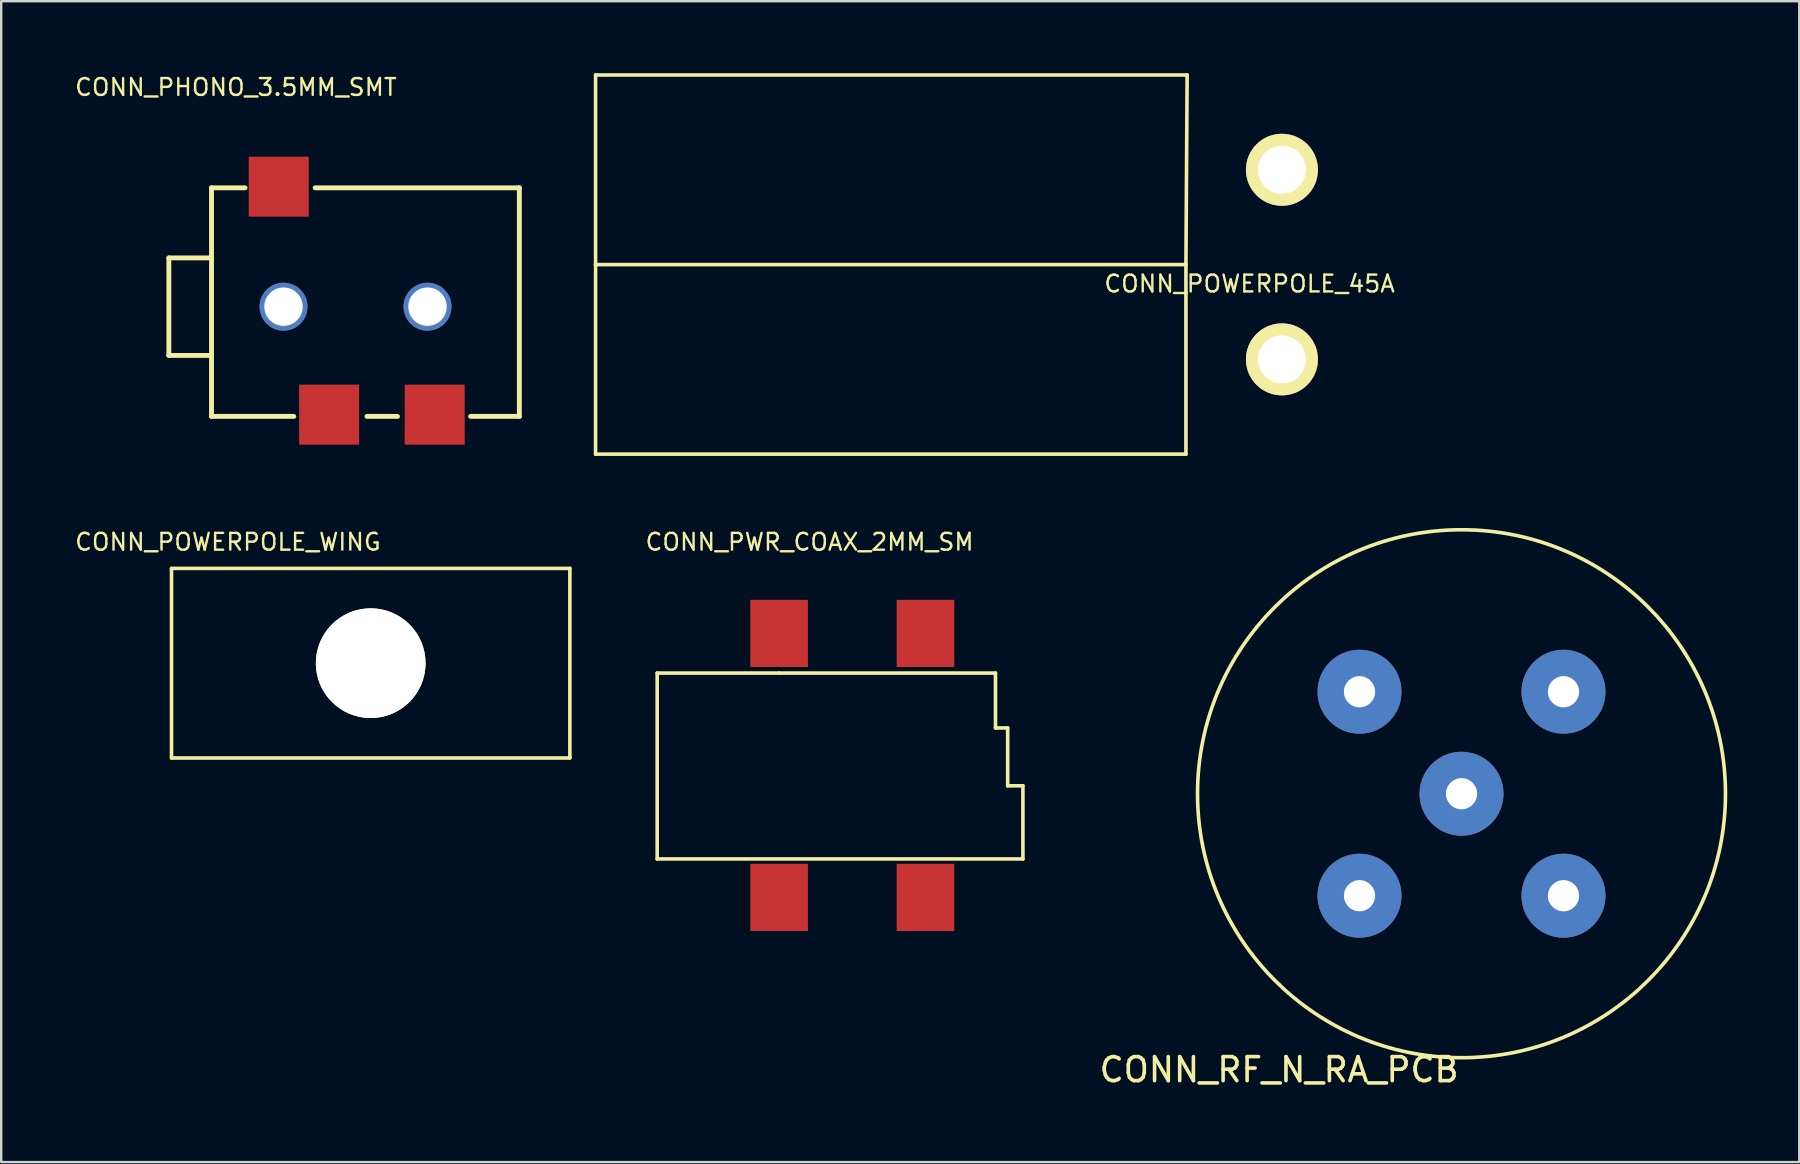
<source format=kicad_pcb>
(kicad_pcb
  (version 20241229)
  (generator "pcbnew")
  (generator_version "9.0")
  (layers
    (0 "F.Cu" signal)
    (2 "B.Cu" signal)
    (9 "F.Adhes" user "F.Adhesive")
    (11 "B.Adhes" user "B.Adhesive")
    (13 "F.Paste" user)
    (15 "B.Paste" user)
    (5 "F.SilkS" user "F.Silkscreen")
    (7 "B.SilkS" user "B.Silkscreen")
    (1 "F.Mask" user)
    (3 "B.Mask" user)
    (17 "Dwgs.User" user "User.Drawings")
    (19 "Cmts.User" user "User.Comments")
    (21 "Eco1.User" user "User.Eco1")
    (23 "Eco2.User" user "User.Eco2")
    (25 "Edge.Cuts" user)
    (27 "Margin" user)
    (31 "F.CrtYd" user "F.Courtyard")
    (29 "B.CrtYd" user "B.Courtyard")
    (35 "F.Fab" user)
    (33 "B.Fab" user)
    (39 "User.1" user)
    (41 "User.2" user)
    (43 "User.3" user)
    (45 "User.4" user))
  (footprint "CONN_PWR_COAX_2MM_SM"
    (layer "F.Cu")
    (at 29.415 23.345)
    (property "Reference" "CONN_PWR_COAX_2MM_SM" (at 1.27 -3.81 0) (layer "F.SilkS") (effects (font (size 0.7 0.7) (thickness 0.1))))
    (attr through_hole)
    (fp_line (start -5.08 1.651) (end -5.08 9.398) (stroke (width 0.15) (type solid)) (layer "F.SilkS"))
    (fp_line (start -5.08 9.398) (end 10.16 9.398) (stroke (width 0.15) (type solid)) (layer "F.SilkS"))
    (fp_line (start 0 1.651) (end -5.08 1.651) (stroke (width 0.15) (type solid)) (layer "F.SilkS"))
    (fp_line (start 9.017 1.651) (end 0 1.651) (stroke (width 0.15) (type solid)) (layer "F.SilkS"))
    (fp_line (start 9.017 3.937) (end 9.017 1.651) (stroke (width 0.15) (type solid)) (layer "F.SilkS"))
    (fp_line (start 9.525 3.937) (end 9.017 3.937) (stroke (width 0.15) (type solid)) (layer "F.SilkS"))
    (fp_line (start 9.525 6.35) (end 9.525 3.937) (stroke (width 0.15) (type solid)) (layer "F.SilkS"))
    (fp_line (start 10.16 6.35) (end 9.525 6.35) (stroke (width 0.15) (type solid)) (layer "F.SilkS"))
    (fp_line (start 10.16 9.398) (end 10.16 6.35) (stroke (width 0.15) (type solid)) (layer "F.SilkS"))
    (pad "1" smd rect (at 0 0) (size 2.4 2.8) (layers "F.Cu" "F.Mask" "F.Paste"))
    (pad "2" smd rect (at 6.1 0) (size 2.4 2.8) (layers "F.Cu" "F.Mask" "F.Paste"))
    (pad "3" smd rect (at 0 11) (size 2.4 2.8) (layers "F.Cu" "F.Mask" "F.Paste"))
    (pad "4" smd rect (at 6.1 11) (size 2.4 2.8) (layers "F.Cu" "F.Mask" "F.Paste")))
  (footprint "CONN_PHONO_3.5MM_SMT"
    (layer "F.Cu")
    (at 5.764 9.729)
    (property "Reference" "CONN_PHONO_3.5MM_SMT" (at 1.016 -9.144 0) (layer "F.SilkS") (effects (font (size 0.7 0.7) (thickness 0.1))))
    (attr through_hole)
    (fp_line (start -1.778 -2.032) (end -1.778 2.032) (stroke (width 0.203) (type solid)) (layer "F.SilkS"))
    (fp_line (start -1.778 2.032) (end 0 2.032) (stroke (width 0.203) (type solid)) (layer "F.SilkS"))
    (fp_line (start 0 -4.953) (end 1.397 -4.953) (stroke (width 0.203) (type solid)) (layer "F.SilkS"))
    (fp_line (start 0 -2.032) (end -1.778 -2.032) (stroke (width 0.203) (type solid)) (layer "F.SilkS"))
    (fp_line (start 0 4.572) (end 0 -4.953) (stroke (width 0.203) (type solid)) (layer "F.SilkS"))
    (fp_line (start 3.429 4.572) (end 0 4.572) (stroke (width 0.203) (type solid)) (layer "F.SilkS"))
    (fp_line (start 4.318 -4.953) (end 12.827 -4.953) (stroke (width 0.203) (type solid)) (layer "F.SilkS"))
    (fp_line (start 7.747 4.572) (end 6.477 4.572) (stroke (width 0.203) (type solid)) (layer "F.SilkS"))
    (fp_line (start 12.827 -4.953) (end 12.827 4.572) (stroke (width 0.203) (type solid)) (layer "F.SilkS"))
    (fp_line (start 12.827 4.572) (end 10.795 4.572) (stroke (width 0.203) (type solid)) (layer "F.SilkS"))
    (pad "1" smd rect (at 2.8 -5) (size 2.5 2.5) (layers "F.Cu" "F.Mask" "F.Paste"))
    (pad "2" smd rect (at 9.3 4.5) (size 2.5 2.5) (layers "F.Cu" "F.Mask" "F.Paste"))
    (pad "3" smd rect (at 4.9 4.5) (size 2.5 2.5) (layers "F.Cu" "F.Mask" "F.Paste"))
    (pad "A" thru_hole circle (at 3 0) (size 2 2) (drill 1.6) (layers "*.Cu" "*.Mask"))
    (pad "B" thru_hole circle (at 9 0) (size 2 2) (drill 1.6) (layers "*.Cu" "*.Mask")))
  (footprint "CONN_RF_N_RA_PCB"
    (layer "F.Cu")
    (at 57.851 30.025)
    (property "Reference" "CONN_RF_N_RA_PCB" (at -7.6 11.5 0) (layer "F.SilkS") (effects (font (size 1 1) (thickness 0.15))))
    (attr through_hole)
    (fp_circle (center 0 0) (end 11 0) (stroke (width 0.15) (type solid)) (fill no) (layer "F.SilkS"))
    (pad "1" thru_hole circle (at 0 0) (size 3.5 3.5) (drill 1.3) (layers "*.Cu" "*.Mask"))
    (pad "2" thru_hole circle (at -4.25 -4.25) (size 3.5 3.5) (drill 1.3) (layers "*.Cu" "*.Mask"))
    (pad "3" thru_hole circle (at 4.25 -4.25) (size 3.5 3.5) (drill 1.3) (layers "*.Cu" "*.Mask"))
    (pad "4" thru_hole circle (at 4.25 4.25) (size 3.5 3.5) (drill 1.3) (layers "*.Cu" "*.Mask"))
    (pad "5" thru_hole circle (at -4.25 4.25) (size 3.5 3.5) (drill 1.3) (layers "*.Cu" "*.Mask")))
  (footprint "CONN_POWERPOLE_WING"
    (layer "F.Cu")
    (at 12.397 24.585)
    (property "Reference" "CONN_POWERPOLE_WING" (at -5.95 -5.05 0) (layer "F.SilkS") (effects (font (size 0.7 0.7) (thickness 0.1))))
    (attr through_hole)
    (fp_line (start -8.3 -3.95) (end 8.3 -3.95) (stroke (width 0.15) (type solid)) (layer "F.SilkS"))
    (fp_line (start -8.3 3.95) (end -8.3 -3.95) (stroke (width 0.15) (type solid)) (layer "F.SilkS"))
    (fp_line (start 8.3 -3.95) (end 8.3 3.95) (stroke (width 0.15) (type solid)) (layer "F.SilkS"))
    (fp_line (start 8.3 3.95) (end -8.3 3.95) (stroke (width 0.15) (type solid)) (layer "F.SilkS"))
    (pad "" np_thru_hole circle (at 0 0) (size 4.572 4.572) (drill 4.572) (layers "*.Cu" "*.Mask" "F.SilkS")))
  (footprint "CONN_POWERPOLE_45A"
    (layer "F.Cu")
    (at 46.368 7.975)
    (property "Reference" "CONN_POWERPOLE_45A" (at 2.65 0.8 0) (layer "F.SilkS") (effects (font (size 0.7 0.7) (thickness 0.1))))
    (attr through_hole)
    (fp_line (start -24.6 -7.9) (end -24.6 0) (stroke (width 0.15) (type solid)) (layer "F.SilkS"))
    (fp_line (start -24.6 0) (end 0 0) (stroke (width 0.15) (type solid)) (layer "F.SilkS"))
    (fp_line (start -24.6 7.9) (end -24.6 0) (stroke (width 0.15) (type solid)) (layer "F.SilkS"))
    (fp_line (start 0 0) (end 0 7.9) (stroke (width 0.15) (type solid)) (layer "F.SilkS"))
    (fp_line (start 0 0) (end 0.05 -7.9) (stroke (width 0.15) (type solid)) (layer "F.SilkS"))
    (fp_line (start 0 7.9) (end -24.6 7.9) (stroke (width 0.15) (type solid)) (layer "F.SilkS"))
    (fp_line (start 0.05 -7.9) (end -24.6 -7.9) (stroke (width 0.15) (type solid)) (layer "F.SilkS"))
    (pad "1" thru_hole circle (at 4 3.95) (size 3 3) (drill 2) (layers "*.Cu" "*.Mask" "F.SilkS"))
    (pad "2" thru_hole circle (at 4 -3.95) (size 3 3) (drill 2) (layers "*.Cu" "*.Mask" "F.SilkS")))
  (gr_rect
    (start -3 -3)
    (end 71.926 45.373)
    (stroke (width 0.1) (type default))
    (fill no)
    (layer "Edge.Cuts")))
</source>
